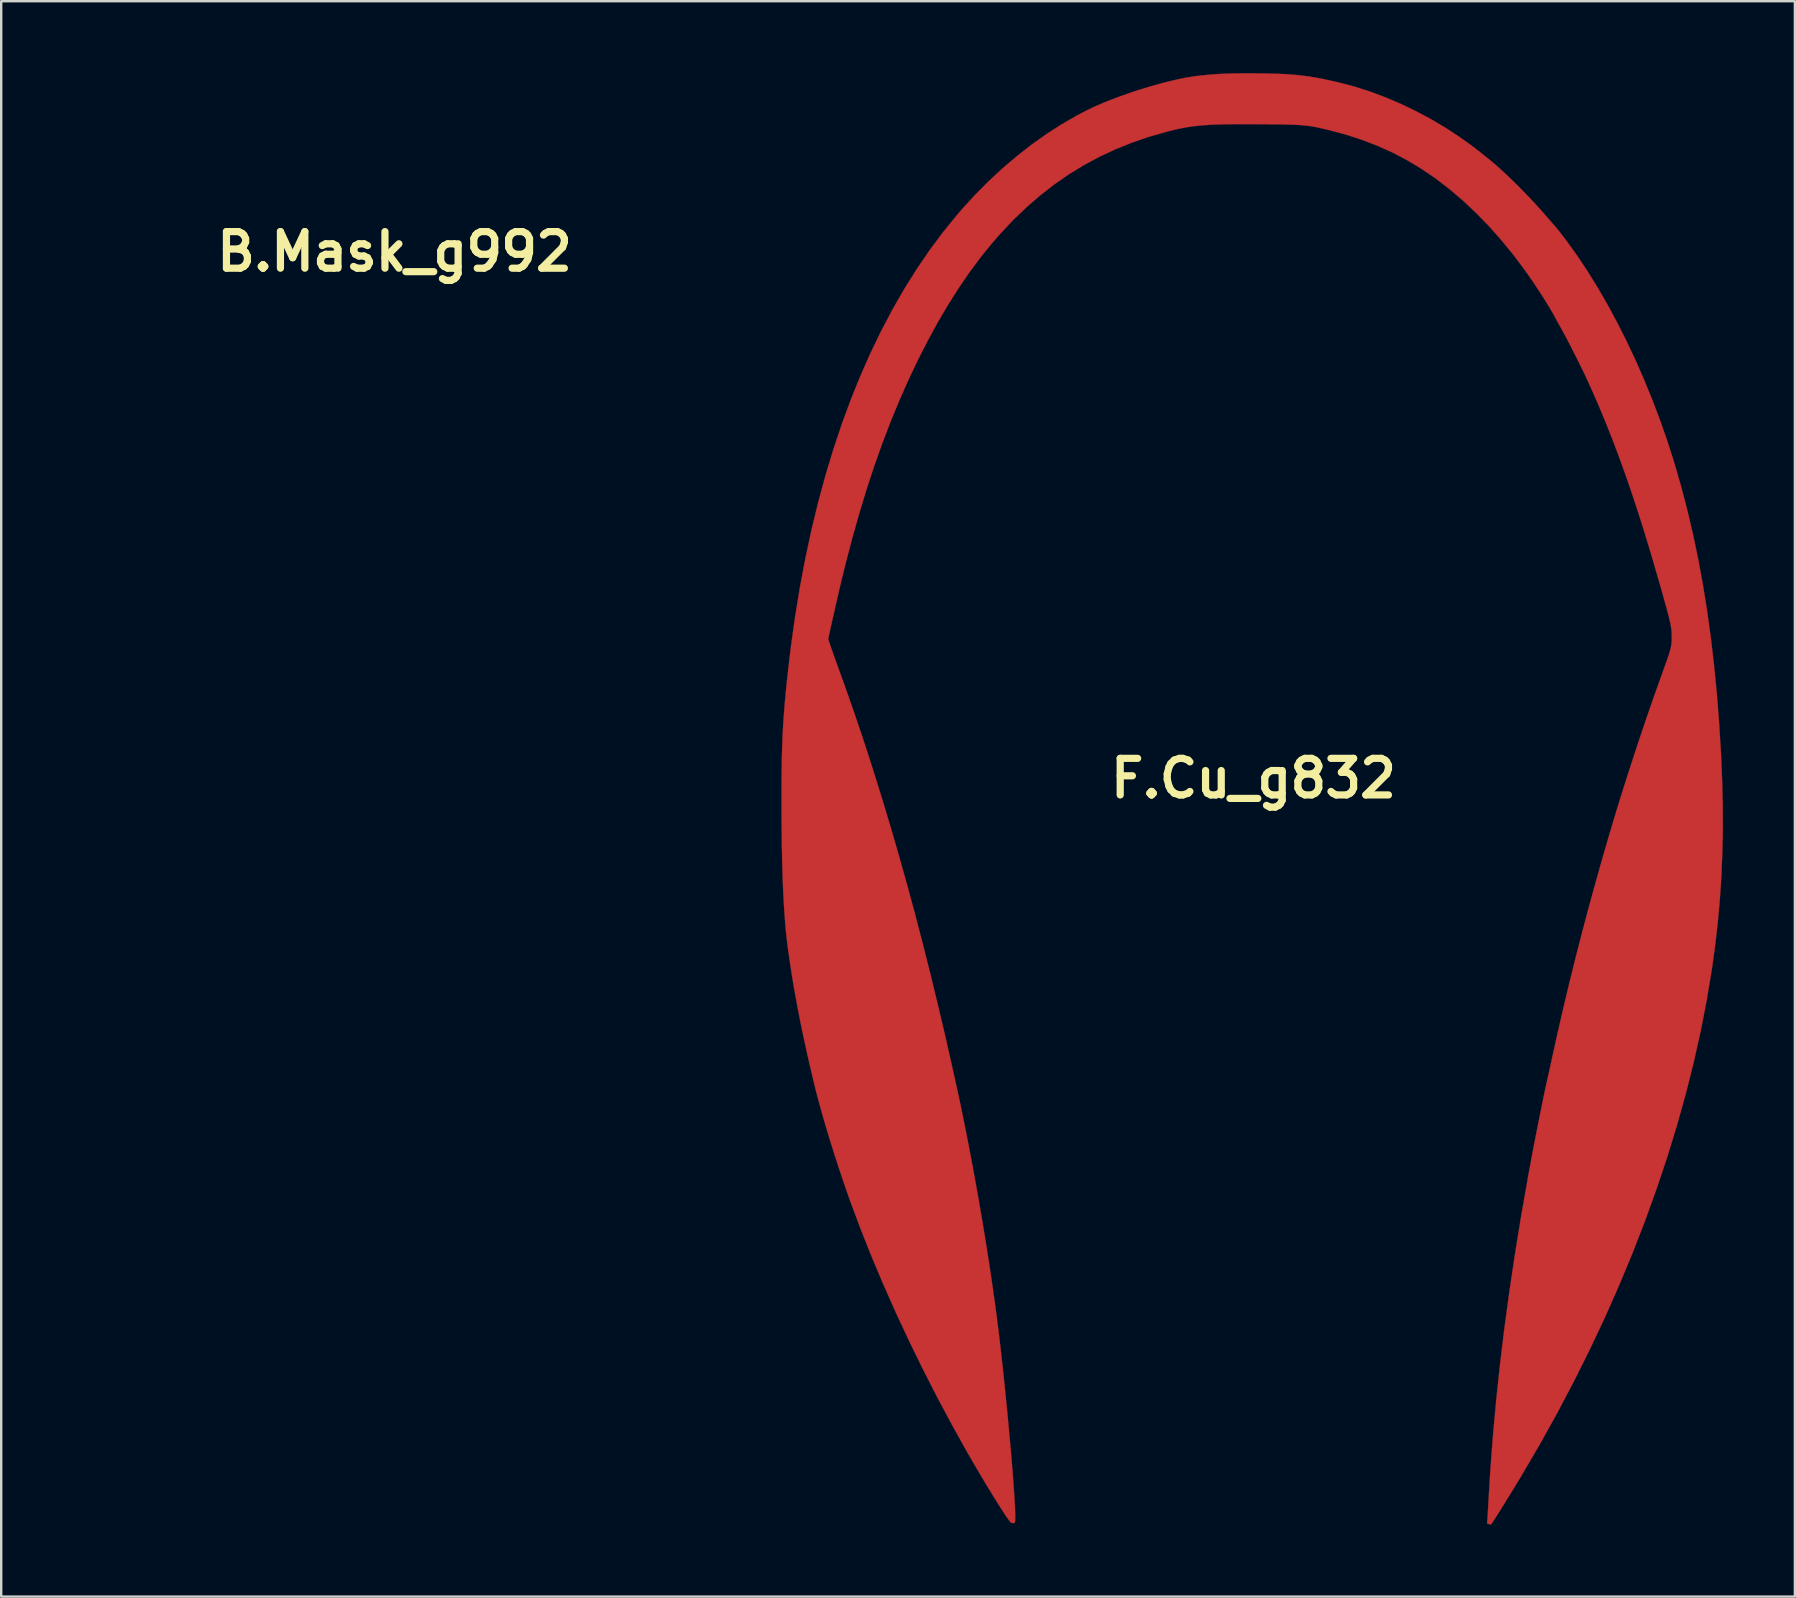
<source format=kicad_pcb>
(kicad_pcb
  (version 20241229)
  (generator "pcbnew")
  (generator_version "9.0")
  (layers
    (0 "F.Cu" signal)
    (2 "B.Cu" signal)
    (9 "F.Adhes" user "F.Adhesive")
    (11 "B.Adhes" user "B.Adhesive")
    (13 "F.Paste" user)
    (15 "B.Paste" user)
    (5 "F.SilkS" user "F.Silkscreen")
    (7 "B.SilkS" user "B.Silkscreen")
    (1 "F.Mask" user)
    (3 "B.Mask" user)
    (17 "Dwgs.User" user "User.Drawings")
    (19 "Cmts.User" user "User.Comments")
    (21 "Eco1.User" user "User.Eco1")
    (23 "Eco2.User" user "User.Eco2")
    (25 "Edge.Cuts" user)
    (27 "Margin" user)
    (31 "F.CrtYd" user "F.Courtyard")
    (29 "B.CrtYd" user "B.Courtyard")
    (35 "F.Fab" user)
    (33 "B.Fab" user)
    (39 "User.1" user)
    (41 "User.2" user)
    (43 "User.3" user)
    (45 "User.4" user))
  (footprint "B.Mask_g992"
    (layer "F.Cu")
    (at 13.388 7.434)
    (property "Reference" "B.Mask_g992" (at 0 0 0) (layer "F.SilkS") (effects (font (size 1.524 1.524) (thickness 0.3))))
    (attr through_hole)
    (fp_poly (pts (xy -13.265 -7.417) (xy -13.196 -7.381) (xy -13.101 -7.324) (xy -12.982 -7.247) (xy -12.843 -7.154) (xy -12.686 -7.045) (xy -12.516 -6.924) (xy -12.375 -6.822) (xy -11.97 -6.526) (xy -11.595 -6.253) (xy -11.247 -6.001) (xy -10.921 -5.766) (xy -10.614 -5.547) (xy -10.323 -5.341) (xy -10.044 -5.144) (xy -9.773 -4.956) (xy -9.507 -4.772) (xy -9.242 -4.591) (xy -8.974 -4.411) (xy -8.699 -4.227) (xy -8.415 -4.038) (xy -8.369 -4.008) (xy -7.745 -3.602) (xy -7.132 -3.213) (xy -6.53 -2.841) (xy -5.941 -2.488) (xy -5.368 -2.155) (xy -4.812 -1.843) (xy -4.275 -1.553) (xy -3.76 -1.286) (xy -3.268 -1.044) (xy -2.801 -0.826) (xy -2.361 -0.635) (xy -1.95 -0.471) (xy -1.908 -0.455) (xy -1.469 -0.314) (xy -1.02 -0.212) (xy -0.563 -0.15) (xy -0.102 -0.128) (xy 0.359 -0.146) (xy 0.816 -0.204) (xy 1.265 -0.303) (xy 1.289 -0.31) (xy 1.55 -0.389) (xy 1.842 -0.494) (xy 2.163 -0.622) (xy 2.512 -0.773) (xy 2.886 -0.946) (xy 3.284 -1.139) (xy 3.703 -1.352) (xy 4.142 -1.582) (xy 4.599 -1.83) (xy 5.071 -2.094) (xy 5.557 -2.373) (xy 6.054 -2.666) (xy 6.561 -2.971) (xy 7.076 -3.289) (xy 7.597 -3.616) (xy 8.121 -3.954) (xy 8.647 -4.299) (xy 9.172 -4.652) (xy 9.557 -4.915) (xy 9.727 -5.033) (xy 9.914 -5.163) (xy 10.114 -5.304) (xy 10.324 -5.453) (xy 10.541 -5.607) (xy 10.761 -5.765) (xy 10.982 -5.923) (xy 11.199 -6.08) (xy 11.411 -6.234) (xy 11.613 -6.381) (xy 11.803 -6.52) (xy 11.978 -6.648) (xy 12.133 -6.764) (xy 12.266 -6.863) (xy 12.374 -6.946) (xy 12.454 -7.008) (xy 12.499 -7.046) (xy 12.578 -7.109) (xy 12.672 -7.174) (xy 12.772 -7.235) (xy 12.869 -7.288) (xy 12.953 -7.325) (xy 13.016 -7.344) (xy 13.028 -7.345) (xy 13.077 -7.327) (xy 13.107 -7.281) (xy 13.112 -7.22) (xy 13.104 -7.191) (xy 13.082 -7.148) (xy 13.039 -7.079) (xy 12.979 -6.989) (xy 12.908 -6.886) (xy 12.829 -6.774) (xy 12.749 -6.662) (xy 12.67 -6.556) (xy 12.599 -6.461) (xy 12.539 -6.386) (xy 12.495 -6.335) (xy 12.49 -6.331) (xy 12.466 -6.303) (xy 12.422 -6.248) (xy 12.362 -6.172) (xy 12.292 -6.083) (xy 12.246 -6.022) (xy 12.045 -5.762) (xy 11.82 -5.475) (xy 11.576 -5.166) (xy 11.315 -4.838) (xy 11.043 -4.499) (xy 10.761 -4.151) (xy 10.476 -3.799) (xy 10.189 -3.45) (xy 9.906 -3.107) (xy 9.726 -2.889) (xy 9.097 -2.14) (xy 8.484 -1.423) (xy 7.886 -0.737) (xy 7.304 -0.083) (xy 6.739 0.538) (xy 6.191 1.127) (xy 5.659 1.683) (xy 5.145 2.205) (xy 4.649 2.693) (xy 4.17 3.148) (xy 3.71 3.568) (xy 3.269 3.954) (xy 2.847 4.305) (xy 2.444 4.621) (xy 2.06 4.901) (xy 1.697 5.145) (xy 1.354 5.353) (xy 1.059 5.51) (xy 0.798 5.633) (xy 0.563 5.728) (xy 0.349 5.797) (xy 0.152 5.84) (xy -0.033 5.859) (xy -0.211 5.855) (xy -0.265 5.849) (xy -0.501 5.805) (xy -0.754 5.729) (xy -1.025 5.621) (xy -1.315 5.48) (xy -1.624 5.306) (xy -1.956 5.097) (xy -2.244 4.901) (xy -2.604 4.638) (xy -2.984 4.339) (xy -3.385 4.007) (xy -3.805 3.641) (xy -4.243 3.243) (xy -4.698 2.815) (xy -5.169 2.356) (xy -5.655 1.867) (xy -6.155 1.351) (xy -6.668 0.808) (xy -7.193 0.238) (xy -7.729 -0.357) (xy -8.274 -0.976) (xy -8.731 -1.503) (xy -8.959 -1.77) (xy -9.197 -2.05) (xy -9.441 -2.341) (xy -9.691 -2.639) (xy -9.945 -2.944) (xy -10.201 -3.254) (xy -10.458 -3.565) (xy -10.713 -3.877) (xy -10.967 -4.188) (xy -11.216 -4.495) (xy -11.459 -4.796) (xy -11.695 -5.089) (xy -11.922 -5.373) (xy -12.138 -5.645) (xy -12.343 -5.904) (xy -12.533 -6.147) (xy -12.708 -6.372) (xy -12.866 -6.578) (xy -13.006 -6.762) (xy -13.125 -6.923) (xy -13.223 -7.058) (xy -13.297 -7.165) (xy -13.346 -7.243) (xy -13.359 -7.266) (xy -13.383 -7.339) (xy -13.376 -7.394) (xy -13.337 -7.425) (xy -13.302 -7.429) (xy -13.265 -7.417)) (stroke (width 0.01) (type solid)) (fill yes) (layer "B.Mask")))
  (footprint "F.Cu_g832"
    (layer "F.Cu")
    (at 49.174 29.381)
    (property "Reference" "F.Cu_g832" (at 0 0 0) (layer "F.SilkS") (effects (font (size 1.524 1.524) (thickness 0.3))))
    (attr through_hole)
    (fp_poly (pts (xy -0.027 -29.376) (xy 0.254 -29.373) (xy 0.616 -29.367) (xy 0.941 -29.358) (xy 1.237 -29.346) (xy 1.508 -29.33) (xy 1.762 -29.309) (xy 2.004 -29.284) (xy 2.241 -29.254) (xy 2.478 -29.217) (xy 2.722 -29.174) (xy 2.868 -29.146) (xy 3.551 -28.997) (xy 4.212 -28.821) (xy 4.858 -28.615) (xy 5.497 -28.376) (xy 6.138 -28.102) (xy 6.678 -27.845) (xy 7.341 -27.497) (xy 7.982 -27.119) (xy 8.608 -26.71) (xy 9.222 -26.265) (xy 9.829 -25.783) (xy 10.044 -25.602) (xy 10.258 -25.413) (xy 10.493 -25.196) (xy 10.742 -24.959) (xy 10.999 -24.707) (xy 11.257 -24.445) (xy 11.512 -24.181) (xy 11.756 -23.921) (xy 11.983 -23.669) (xy 12.118 -23.516) (xy 12.209 -23.411) (xy 12.301 -23.306) (xy 12.385 -23.209) (xy 12.455 -23.13) (xy 12.488 -23.093) (xy 12.578 -22.988) (xy 12.676 -22.87) (xy 12.786 -22.732) (xy 12.911 -22.569) (xy 13.051 -22.384) (xy 13.491 -21.773) (xy 13.923 -21.123) (xy 14.347 -20.438) (xy 14.761 -19.72) (xy 15.163 -18.974) (xy 15.552 -18.201) (xy 15.925 -17.407) (xy 16.282 -16.593) (xy 16.621 -15.763) (xy 16.941 -14.92) (xy 17.239 -14.068) (xy 17.514 -13.209) (xy 17.546 -13.106) (xy 17.824 -12.139) (xy 18.082 -11.153) (xy 18.318 -10.146) (xy 18.532 -9.116) (xy 18.727 -8.06) (xy 18.901 -6.978) (xy 19.054 -5.868) (xy 19.188 -4.727) (xy 19.303 -3.553) (xy 19.398 -2.346) (xy 19.474 -1.103) (xy 19.484 -0.921) (xy 19.528 0.127) (xy 19.551 1.143) (xy 19.554 2.132) (xy 19.535 3.099) (xy 19.496 4.049) (xy 19.435 4.987) (xy 19.353 5.918) (xy 19.249 6.848) (xy 19.123 7.78) (xy 19.101 7.927) (xy 18.888 9.217) (xy 18.635 10.517) (xy 18.342 11.827) (xy 18.011 13.144) (xy 17.641 14.467) (xy 17.233 15.795) (xy 16.787 17.126) (xy 16.305 18.459) (xy 15.787 19.792) (xy 15.232 21.125) (xy 14.643 22.455) (xy 14.019 23.781) (xy 13.36 25.101) (xy 12.669 26.415) (xy 11.944 27.721) (xy 11.186 29.016) (xy 11.153 29.072) (xy 11.028 29.279) (xy 10.901 29.488) (xy 10.773 29.697) (xy 10.647 29.903) (xy 10.524 30.102) (xy 10.407 30.292) (xy 10.297 30.468) (xy 10.196 30.629) (xy 10.106 30.77) (xy 10.03 30.889) (xy 9.968 30.983) (xy 9.924 31.048) (xy 9.899 31.081) (xy 9.895 31.085) (xy 9.862 31.082) (xy 9.81 31.069) (xy 9.804 31.067) (xy 9.734 31.045) (xy 9.746 30.895) (xy 9.751 30.825) (xy 9.757 30.724) (xy 9.765 30.599) (xy 9.772 30.461) (xy 9.78 30.321) (xy 9.866 28.878) (xy 9.976 27.419) (xy 10.11 25.941) (xy 10.269 24.443) (xy 10.453 22.923) (xy 10.663 21.378) (xy 10.897 19.807) (xy 11.158 18.208) (xy 11.444 16.579) (xy 11.6 15.737) (xy 11.64 15.524) (xy 11.685 15.29) (xy 11.733 15.043) (xy 11.784 14.785) (xy 11.835 14.522) (xy 11.888 14.259) (xy 11.94 14) (xy 11.99 13.75) (xy 12.038 13.514) (xy 12.083 13.296) (xy 12.123 13.102) (xy 12.158 12.937) (xy 12.187 12.803) (xy 12.205 12.721) (xy 12.224 12.64) (xy 12.249 12.526) (xy 12.28 12.387) (xy 12.314 12.23) (xy 12.351 12.065) (xy 12.385 11.906) (xy 12.64 10.752) (xy 12.897 9.631) (xy 13.159 8.532) (xy 13.428 7.446) (xy 13.707 6.362) (xy 13.998 5.271) (xy 14.304 4.163) (xy 14.46 3.609) (xy 14.632 3.008) (xy 14.798 2.438) (xy 14.96 1.891) (xy 15.12 1.359) (xy 15.282 0.833) (xy 15.448 0.306) (xy 15.62 -0.232) (xy 15.801 -0.789) (xy 15.993 -1.373) (xy 16.096 -1.683) (xy 16.181 -1.936) (xy 16.26 -2.171) (xy 16.334 -2.391) (xy 16.406 -2.602) (xy 16.478 -2.81) (xy 16.55 -3.019) (xy 16.625 -3.234) (xy 16.705 -3.462) (xy 16.792 -3.706) (xy 16.887 -3.972) (xy 16.992 -4.266) (xy 17.109 -4.592) (xy 17.163 -4.742) (xy 17.235 -4.946) (xy 17.294 -5.117) (xy 17.339 -5.262) (xy 17.374 -5.386) (xy 17.398 -5.497) (xy 17.414 -5.6) (xy 17.424 -5.701) (xy 17.428 -5.807) (xy 17.428 -5.895) (xy 17.427 -5.976) (xy 17.424 -6.053) (xy 17.42 -6.129) (xy 17.412 -6.207) (xy 17.4 -6.291) (xy 17.385 -6.384) (xy 17.364 -6.487) (xy 17.337 -6.605) (xy 17.304 -6.741) (xy 17.264 -6.897) (xy 17.216 -7.077) (xy 17.159 -7.283) (xy 17.093 -7.519) (xy 17.018 -7.788) (xy 16.931 -8.092) (xy 16.869 -8.308) (xy 16.597 -9.244) (xy 16.326 -10.14) (xy 16.056 -10.999) (xy 15.785 -11.824) (xy 15.513 -12.616) (xy 15.238 -13.379) (xy 14.96 -14.115) (xy 14.678 -14.826) (xy 14.391 -15.516) (xy 14.098 -16.186) (xy 13.918 -16.582) (xy 13.817 -16.798) (xy 13.702 -17.038) (xy 13.577 -17.292) (xy 13.446 -17.555) (xy 13.313 -17.817) (xy 13.182 -18.073) (xy 13.057 -18.314) (xy 12.94 -18.532) (xy 12.837 -18.72) (xy 12.825 -18.743) (xy 12.751 -18.875) (xy 12.679 -19.004) (xy 12.614 -19.123) (xy 12.559 -19.223) (xy 12.519 -19.297) (xy 12.51 -19.315) (xy 12.444 -19.433) (xy 12.358 -19.58) (xy 12.255 -19.75) (xy 12.138 -19.938) (xy 12.011 -20.138) (xy 11.877 -20.344) (xy 11.74 -20.551) (xy 11.603 -20.754) (xy 11.471 -20.946) (xy 11.347 -21.123) (xy 11.346 -21.124) (xy 10.862 -21.773) (xy 10.359 -22.391) (xy 9.841 -22.977) (xy 9.308 -23.528) (xy 8.763 -24.043) (xy 8.207 -24.52) (xy 7.641 -24.958) (xy 7.521 -25.045) (xy 6.958 -25.425) (xy 6.378 -25.77) (xy 5.78 -26.082) (xy 5.16 -26.36) (xy 4.517 -26.608) (xy 3.847 -26.825) (xy 3.149 -27.012) (xy 2.987 -27.051) (xy 2.835 -27.085) (xy 2.697 -27.115) (xy 2.567 -27.142) (xy 2.442 -27.164) (xy 2.317 -27.183) (xy 2.189 -27.199) (xy 2.053 -27.212) (xy 1.905 -27.223) (xy 1.742 -27.232) (xy 1.559 -27.239) (xy 1.352 -27.244) (xy 1.117 -27.249) (xy 0.85 -27.252) (xy 0.547 -27.255) (xy 0.37 -27.256) (xy -0.053 -27.259) (xy -0.437 -27.26) (xy -0.787 -27.258) (xy -1.104 -27.255) (xy -1.393 -27.248) (xy -1.658 -27.239) (xy -1.901 -27.226) (xy -2.126 -27.209) (xy -2.337 -27.189) (xy -2.538 -27.165) (xy -2.731 -27.137) (xy -2.921 -27.103) (xy -3.11 -27.065) (xy -3.302 -27.022) (xy -3.502 -26.973) (xy -3.609 -26.946) (xy -4.346 -26.735) (xy -5.058 -26.491) (xy -5.747 -26.214) (xy -6.413 -25.903) (xy -7.057 -25.557) (xy -7.682 -25.175) (xy -8.286 -24.757) (xy -8.873 -24.302) (xy -9.443 -23.809) (xy -9.997 -23.278) (xy -10.536 -22.708) (xy -10.898 -22.294) (xy -11.367 -21.715) (xy -11.827 -21.096) (xy -12.279 -20.436) (xy -12.722 -19.738) (xy -13.155 -19.002) (xy -13.577 -18.229) (xy -13.989 -17.42) (xy -14.389 -16.576) (xy -14.737 -15.79) (xy -15.1 -14.912) (xy -15.449 -14.004) (xy -15.784 -13.063) (xy -16.106 -12.089) (xy -16.414 -11.079) (xy -16.71 -10.033) (xy -16.994 -8.948) (xy -17.131 -8.393) (xy -17.166 -8.249) (xy -17.205 -8.084) (xy -17.248 -7.901) (xy -17.293 -7.704) (xy -17.341 -7.498) (xy -17.389 -7.287) (xy -17.438 -7.075) (xy -17.485 -6.865) (xy -17.531 -6.663) (xy -17.573 -6.473) (xy -17.612 -6.298) (xy -17.646 -6.143) (xy -17.675 -6.011) (xy -17.697 -5.909) (xy -17.711 -5.838) (xy -17.716 -5.804) (xy -17.716 -5.803) (xy -17.709 -5.775) (xy -17.689 -5.712) (xy -17.657 -5.616) (xy -17.614 -5.492) (xy -17.562 -5.343) (xy -17.503 -5.174) (xy -17.436 -4.988) (xy -17.365 -4.789) (xy -17.327 -4.684) (xy -17.103 -4.063) (xy -16.893 -3.473) (xy -16.695 -2.906) (xy -16.505 -2.354) (xy -16.321 -1.808) (xy -16.141 -1.262) (xy -15.961 -0.706) (xy -15.779 -0.133) (xy -15.593 0.465) (xy -15.423 1.016) (xy -15.082 2.151) (xy -14.749 3.301) (xy -14.422 4.468) (xy -14.1 5.656) (xy -13.784 6.868) (xy -13.472 8.108) (xy -13.163 9.378) (xy -12.856 10.681) (xy -12.551 12.022) (xy -12.35 12.933) (xy -12.196 13.649) (xy -12.042 14.4) (xy -11.888 15.18) (xy -11.735 15.981) (xy -11.585 16.797) (xy -11.439 17.621) (xy -11.297 18.446) (xy -11.162 19.267) (xy -11.034 20.075) (xy -10.915 20.865) (xy -10.805 21.63) (xy -10.705 22.362) (xy -10.679 22.564) (xy -10.636 22.912) (xy -10.592 23.277) (xy -10.547 23.656) (xy -10.503 24.048) (xy -10.458 24.449) (xy -10.414 24.858) (xy -10.371 25.271) (xy -10.329 25.688) (xy -10.287 26.104) (xy -10.247 26.519) (xy -10.208 26.929) (xy -10.17 27.333) (xy -10.135 27.728) (xy -10.101 28.111) (xy -10.07 28.481) (xy -10.042 28.834) (xy -10.015 29.169) (xy -9.992 29.484) (xy -9.972 29.775) (xy -9.955 30.041) (xy -9.942 30.279) (xy -9.932 30.487) (xy -9.926 30.663) (xy -9.925 30.803) (xy -9.927 30.907) (xy -9.934 30.971) (xy -9.935 30.975) (xy -9.95 31.013) (xy -9.977 31.027) (xy -10.028 31.026) (xy -10.067 31.02) (xy -10.1 31.004) (xy -10.135 30.972) (xy -10.179 30.917) (xy -10.225 30.854) (xy -10.314 30.725) (xy -10.422 30.563) (xy -10.545 30.372) (xy -10.682 30.155) (xy -10.83 29.917) (xy -10.987 29.661) (xy -11.151 29.391) (xy -11.318 29.111) (xy -11.488 28.826) (xy -11.656 28.538) (xy -11.822 28.251) (xy -11.922 28.078) (xy -12.564 26.926) (xy -13.186 25.762) (xy -13.785 24.589) (xy -14.36 23.412) (xy -14.909 22.235) (xy -15.429 21.063) (xy -15.919 19.899) (xy -16.376 18.748) (xy -16.799 17.614) (xy -16.8 17.611) (xy -16.964 17.148) (xy -17.128 16.67) (xy -17.29 16.184) (xy -17.449 15.694) (xy -17.603 15.206) (xy -17.75 14.725) (xy -17.888 14.258) (xy -18.016 13.81) (xy -18.132 13.387) (xy -18.235 12.994) (xy -18.286 12.785) (xy -18.461 12.051) (xy -18.62 11.351) (xy -18.766 10.68) (xy -18.899 10.034) (xy -19.02 9.407) (xy -19.131 8.793) (xy -19.232 8.189) (xy -19.324 7.589) (xy -19.398 7.065) (xy -19.443 6.704) (xy -19.484 6.314) (xy -19.52 5.895) (xy -19.552 5.445) (xy -19.58 4.963) (xy -19.604 4.448) (xy -19.623 3.898) (xy -19.639 3.313) (xy -19.651 2.689) (xy -19.659 2.027) (xy -19.663 1.325) (xy -19.663 0.91) (xy -19.663 0.423) (xy -19.66 -0.027) (xy -19.655 -0.445) (xy -19.649 -0.836) (xy -19.639 -1.206) (xy -19.627 -1.559) (xy -19.612 -1.902) (xy -19.593 -2.238) (xy -19.571 -2.573) (xy -19.545 -2.913) (xy -19.515 -3.262) (xy -19.481 -3.627) (xy -19.443 -4.011) (xy -19.419 -4.233) (xy -19.269 -5.512) (xy -19.093 -6.764) (xy -18.892 -7.989) (xy -18.665 -9.186) (xy -18.414 -10.354) (xy -18.137 -11.494) (xy -17.836 -12.605) (xy -17.51 -13.686) (xy -17.16 -14.736) (xy -16.785 -15.756) (xy -16.387 -16.744) (xy -15.965 -17.7) (xy -15.519 -18.624) (xy -15.05 -19.516) (xy -14.558 -20.374) (xy -14.043 -21.198) (xy -13.505 -21.988) (xy -12.944 -22.742) (xy -12.36 -23.462) (xy -12.141 -23.717) (xy -11.6 -24.31) (xy -11.037 -24.877) (xy -10.456 -25.416) (xy -9.858 -25.924) (xy -9.248 -26.401) (xy -8.626 -26.843) (xy -7.997 -27.248) (xy -7.363 -27.615) (xy -6.932 -27.84) (xy -6.62 -27.988) (xy -6.277 -28.137) (xy -5.909 -28.284) (xy -5.523 -28.429) (xy -5.124 -28.569) (xy -4.718 -28.702) (xy -4.312 -28.826) (xy -3.91 -28.939) (xy -3.52 -29.04) (xy -3.148 -29.127) (xy -2.798 -29.197) (xy -2.478 -29.249) (xy -2.392 -29.261) (xy -2.092 -29.295) (xy -1.79 -29.323) (xy -1.479 -29.345) (xy -1.153 -29.361) (xy -0.806 -29.371) (xy -0.432 -29.376) (xy -0.027 -29.376)) (stroke (width 0.01) (type solid)) (fill yes) (layer "F.Cu")))
  (gr_rect
    (start -3 -3)
    (end 71.732 63.471)
    (stroke (width 0.1) (type default))
    (fill no)
    (layer "Edge.Cuts")))
</source>
